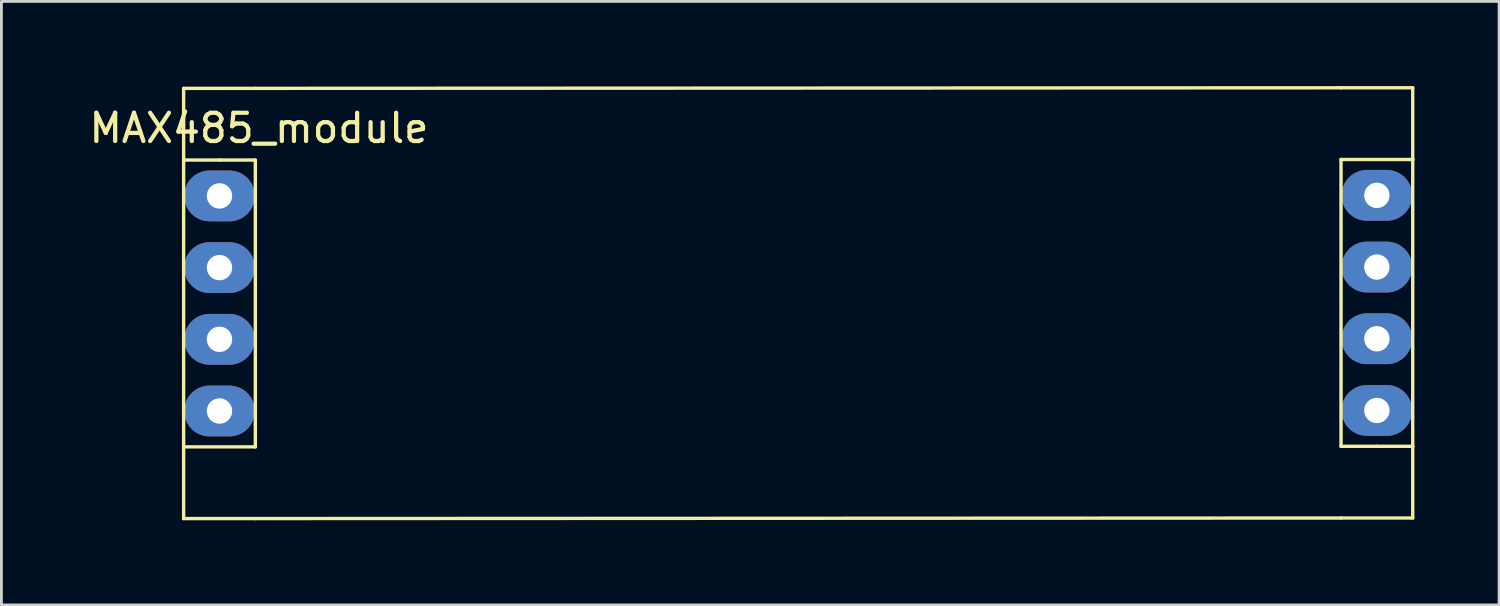
<source format=kicad_pcb>
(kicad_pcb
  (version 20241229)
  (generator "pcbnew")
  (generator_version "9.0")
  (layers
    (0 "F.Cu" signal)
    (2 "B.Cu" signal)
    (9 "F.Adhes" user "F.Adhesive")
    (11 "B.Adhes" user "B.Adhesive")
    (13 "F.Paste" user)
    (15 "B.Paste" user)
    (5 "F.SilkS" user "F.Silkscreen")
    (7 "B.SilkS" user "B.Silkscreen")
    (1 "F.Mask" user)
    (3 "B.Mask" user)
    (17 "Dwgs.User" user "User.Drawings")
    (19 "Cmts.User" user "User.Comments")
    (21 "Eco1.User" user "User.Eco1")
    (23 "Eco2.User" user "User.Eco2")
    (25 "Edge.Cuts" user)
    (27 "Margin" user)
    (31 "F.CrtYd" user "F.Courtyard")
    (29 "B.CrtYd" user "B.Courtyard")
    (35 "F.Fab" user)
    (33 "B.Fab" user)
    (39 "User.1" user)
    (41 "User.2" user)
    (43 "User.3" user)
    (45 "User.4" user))
  (footprint "MAX485_module"
    (layer "F.Cu")
    (at 4.725 3.89)
    (property "Reference" "MAX485_module" (at 1.4 -2.4 0) (layer "F.SilkS") (effects (font (size 1 1) (thickness 0.15))))
    (attr through_hole)
    (fp_line (start -1.27 -3.81) (end 1.27 -3.81) (stroke (width 0.12) (type solid)) (layer "F.SilkS"))
    (fp_line (start -1.27 -1.27) (end -1.27 -3.81) (stroke (width 0.12) (type solid)) (layer "F.SilkS"))
    (fp_line (start -1.27 -1.27) (end 0 -1.27) (stroke (width 0.12) (type solid)) (layer "F.SilkS"))
    (fp_line (start -1.27 8.89) (end -1.27 -1.27) (stroke (width 0.12) (type solid)) (layer "F.SilkS"))
    (fp_line (start -1.27 8.89) (end -1.27 11.43) (stroke (width 0.12) (type solid)) (layer "F.SilkS"))
    (fp_line (start -1.27 11.43) (end 1.27 11.43) (stroke (width 0.12) (type solid)) (layer "F.SilkS"))
    (fp_line (start 0 -1.27) (end 1.27 -1.27) (stroke (width 0.12) (type solid)) (layer "F.SilkS"))
    (fp_line (start 1.27 -3.81) (end 39.73 -3.83) (stroke (width 0.12) (type solid)) (layer "F.SilkS"))
    (fp_line (start 1.27 -1.27) (end 1.27 8.89) (stroke (width 0.12) (type solid)) (layer "F.SilkS"))
    (fp_line (start 1.27 8.89) (end -1.27 8.89) (stroke (width 0.12) (type solid)) (layer "F.SilkS"))
    (fp_line (start 1.27 11.43) (end 39.73 11.41) (stroke (width 0.12) (type solid)) (layer "F.SilkS"))
    (fp_line (start 39.73 -1.29) (end 42.27 -1.29) (stroke (width 0.12) (type solid)) (layer "F.SilkS"))
    (fp_line (start 39.73 8.87) (end 39.73 -1.29) (stroke (width 0.12) (type solid)) (layer "F.SilkS"))
    (fp_line (start 41 8.87) (end 39.73 8.87) (stroke (width 0.12) (type solid)) (layer "F.SilkS"))
    (fp_line (start 42.27 -3.83) (end 39.73 -3.83) (stroke (width 0.12) (type solid)) (layer "F.SilkS"))
    (fp_line (start 42.27 -1.29) (end 42.27 -3.83) (stroke (width 0.12) (type solid)) (layer "F.SilkS"))
    (fp_line (start 42.27 -1.29) (end 42.27 8.87) (stroke (width 0.12) (type solid)) (layer "F.SilkS"))
    (fp_line (start 42.27 8.87) (end 41 8.87) (stroke (width 0.12) (type solid)) (layer "F.SilkS"))
    (fp_line (start 42.27 8.87) (end 42.27 11.41) (stroke (width 0.12) (type solid)) (layer "F.SilkS"))
    (fp_line (start 42.27 11.41) (end 39.73 11.41) (stroke (width 0.12) (type solid)) (layer "F.SilkS"))
    (pad "1" thru_hole oval (at 0 0) (size 2.5 1.8) (drill 0.9) (layers "*.Cu" "*.Mask"))
    (pad "2" thru_hole oval (at 0 2.54) (size 2.5 1.8) (drill 0.9) (layers "*.Cu" "*.Mask"))
    (pad "3" thru_hole oval (at 0 5.08) (size 2.5 1.8) (drill 0.9) (layers "*.Cu" "*.Mask"))
    (pad "4" thru_hole oval (at 0 7.62) (size 2.5 1.8) (drill 0.9) (layers "*.Cu" "*.Mask"))
    (pad "5" thru_hole oval (at 41 7.6 180) (size 2.5 1.8) (drill 0.9) (layers "*.Cu" "*.Mask"))
    (pad "6" thru_hole oval (at 41 5.06 180) (size 2.5 1.8) (drill 0.9) (layers "*.Cu" "*.Mask"))
    (pad "7" thru_hole oval (at 41 2.52 180) (size 2.5 1.8) (drill 0.9) (layers "*.Cu" "*.Mask"))
    (pad "8" thru_hole oval (at 41 -0.02 180) (size 2.5 1.8) (drill 0.9) (layers "*.Cu" "*.Mask")))
  (gr_rect
    (start -3 -3)
    (end 50.055 18.38)
    (stroke (width 0.1) (type default))
    (fill no)
    (layer "Edge.Cuts")))
</source>
